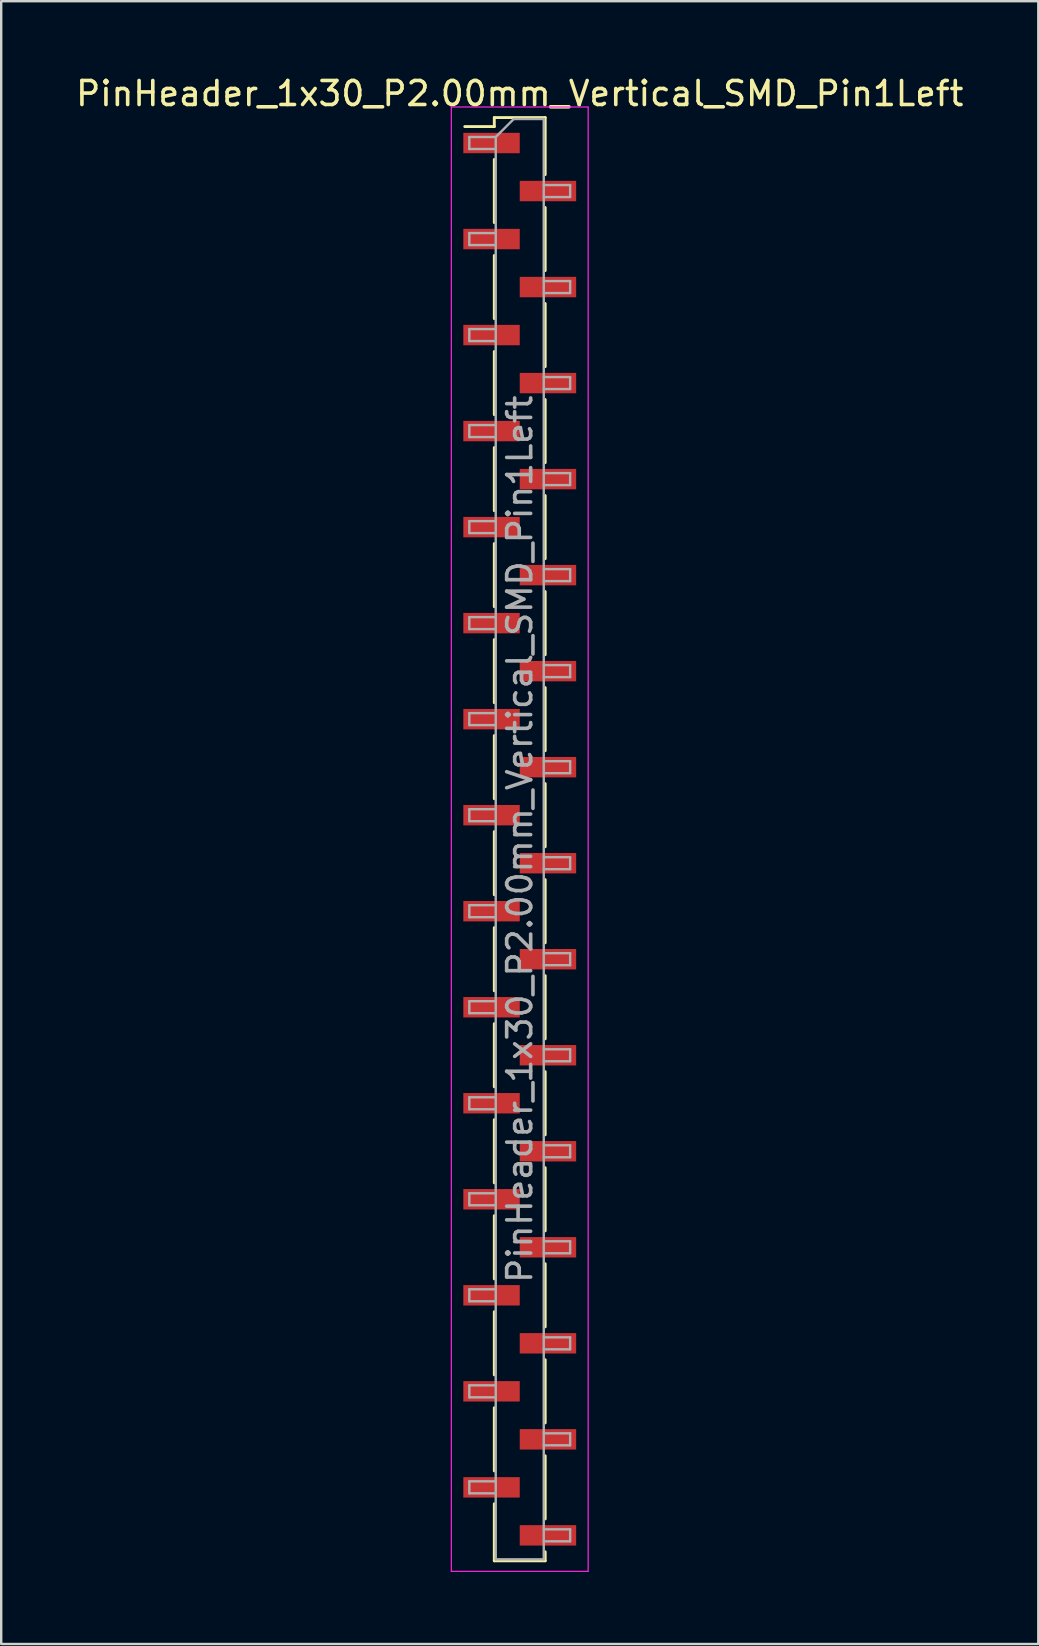
<source format=kicad_pcb>
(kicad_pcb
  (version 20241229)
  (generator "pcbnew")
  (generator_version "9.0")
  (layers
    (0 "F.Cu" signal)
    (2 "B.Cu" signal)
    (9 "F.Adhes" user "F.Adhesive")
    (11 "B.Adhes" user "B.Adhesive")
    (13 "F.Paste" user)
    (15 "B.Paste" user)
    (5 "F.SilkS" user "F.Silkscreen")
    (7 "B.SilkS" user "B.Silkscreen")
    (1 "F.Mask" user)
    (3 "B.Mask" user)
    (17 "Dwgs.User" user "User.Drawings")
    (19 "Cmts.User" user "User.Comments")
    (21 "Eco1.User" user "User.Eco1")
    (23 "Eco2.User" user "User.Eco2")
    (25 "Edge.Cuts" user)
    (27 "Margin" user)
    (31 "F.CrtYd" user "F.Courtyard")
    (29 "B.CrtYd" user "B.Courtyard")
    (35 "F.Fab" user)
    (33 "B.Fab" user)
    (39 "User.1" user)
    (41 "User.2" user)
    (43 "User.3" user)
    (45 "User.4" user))
  (footprint "PinHeader_1x30_P2.00mm_Vertical_SMD_Pin1Left"
    (layer "F.Cu")
    (at 18.601 31.908)
    (property "Reference" "PinHeader_1x30_P2.00mm_Vertical_SMD_Pin1Left" (at 0 -31.06 0) (layer "F.SilkS") (effects (font (size 1 1) (thickness 0.15))))
    (attr smd)
    (fp_line (start -1.06 -30.06) (end -1.06 -29.685) (stroke (width 0.12) (type solid)) (layer "F.SilkS"))
    (fp_line (start -1.06 -30.06) (end 1.06 -30.06) (stroke (width 0.12) (type solid)) (layer "F.SilkS"))
    (fp_line (start -1.06 -29.685) (end -2.29 -29.685) (stroke (width 0.12) (type solid)) (layer "F.SilkS"))
    (fp_line (start -1.06 -28.315) (end -1.06 -25.685) (stroke (width 0.12) (type solid)) (layer "F.SilkS"))
    (fp_line (start -1.06 -24.315) (end -1.06 -21.685) (stroke (width 0.12) (type solid)) (layer "F.SilkS"))
    (fp_line (start -1.06 -20.315) (end -1.06 -17.685) (stroke (width 0.12) (type solid)) (layer "F.SilkS"))
    (fp_line (start -1.06 -16.315) (end -1.06 -13.685) (stroke (width 0.12) (type solid)) (layer "F.SilkS"))
    (fp_line (start -1.06 -12.315) (end -1.06 -9.685) (stroke (width 0.12) (type solid)) (layer "F.SilkS"))
    (fp_line (start -1.06 -8.315) (end -1.06 -5.685) (stroke (width 0.12) (type solid)) (layer "F.SilkS"))
    (fp_line (start -1.06 -4.315) (end -1.06 -1.685) (stroke (width 0.12) (type solid)) (layer "F.SilkS"))
    (fp_line (start -1.06 -0.315) (end -1.06 2.315) (stroke (width 0.12) (type solid)) (layer "F.SilkS"))
    (fp_line (start -1.06 3.685) (end -1.06 6.315) (stroke (width 0.12) (type solid)) (layer "F.SilkS"))
    (fp_line (start -1.06 7.685) (end -1.06 10.315) (stroke (width 0.12) (type solid)) (layer "F.SilkS"))
    (fp_line (start -1.06 11.685) (end -1.06 14.315) (stroke (width 0.12) (type solid)) (layer "F.SilkS"))
    (fp_line (start -1.06 15.685) (end -1.06 18.315) (stroke (width 0.12) (type solid)) (layer "F.SilkS"))
    (fp_line (start -1.06 19.685) (end -1.06 22.315) (stroke (width 0.12) (type solid)) (layer "F.SilkS"))
    (fp_line (start -1.06 23.685) (end -1.06 26.315) (stroke (width 0.12) (type solid)) (layer "F.SilkS"))
    (fp_line (start -1.06 27.685) (end -1.06 30.06) (stroke (width 0.12) (type solid)) (layer "F.SilkS"))
    (fp_line (start -1.06 30.06) (end 1.06 30.06) (stroke (width 0.12) (type solid)) (layer "F.SilkS"))
    (fp_line (start 1.06 -30.06) (end 1.06 -27.685) (stroke (width 0.12) (type solid)) (layer "F.SilkS"))
    (fp_line (start 1.06 -26.315) (end 1.06 -23.685) (stroke (width 0.12) (type solid)) (layer "F.SilkS"))
    (fp_line (start 1.06 -22.315) (end 1.06 -19.685) (stroke (width 0.12) (type solid)) (layer "F.SilkS"))
    (fp_line (start 1.06 -18.315) (end 1.06 -15.685) (stroke (width 0.12) (type solid)) (layer "F.SilkS"))
    (fp_line (start 1.06 -14.315) (end 1.06 -11.685) (stroke (width 0.12) (type solid)) (layer "F.SilkS"))
    (fp_line (start 1.06 -10.315) (end 1.06 -7.685) (stroke (width 0.12) (type solid)) (layer "F.SilkS"))
    (fp_line (start 1.06 -6.315) (end 1.06 -3.685) (stroke (width 0.12) (type solid)) (layer "F.SilkS"))
    (fp_line (start 1.06 -2.315) (end 1.06 0.315) (stroke (width 0.12) (type solid)) (layer "F.SilkS"))
    (fp_line (start 1.06 1.685) (end 1.06 4.315) (stroke (width 0.12) (type solid)) (layer "F.SilkS"))
    (fp_line (start 1.06 5.685) (end 1.06 8.315) (stroke (width 0.12) (type solid)) (layer "F.SilkS"))
    (fp_line (start 1.06 9.685) (end 1.06 12.315) (stroke (width 0.12) (type solid)) (layer "F.SilkS"))
    (fp_line (start 1.06 13.685) (end 1.06 16.315) (stroke (width 0.12) (type solid)) (layer "F.SilkS"))
    (fp_line (start 1.06 17.685) (end 1.06 20.315) (stroke (width 0.12) (type solid)) (layer "F.SilkS"))
    (fp_line (start 1.06 21.685) (end 1.06 24.315) (stroke (width 0.12) (type solid)) (layer "F.SilkS"))
    (fp_line (start 1.06 25.685) (end 1.06 28.315) (stroke (width 0.12) (type solid)) (layer "F.SilkS"))
    (fp_line (start 1.06 29.685) (end 1.06 30.06) (stroke (width 0.12) (type solid)) (layer "F.SilkS"))
    (fp_line (start -2.85 -30.5) (end -2.85 30.5) (stroke (width 0.05) (type solid)) (layer "F.CrtYd"))
    (fp_line (start -2.85 30.5) (end 2.85 30.5) (stroke (width 0.05) (type solid)) (layer "F.CrtYd"))
    (fp_line (start 2.85 -30.5) (end -2.85 -30.5) (stroke (width 0.05) (type solid)) (layer "F.CrtYd"))
    (fp_line (start 2.85 30.5) (end 2.85 -30.5) (stroke (width 0.05) (type solid)) (layer "F.CrtYd"))
    (fp_line (start -2.1 -29.25) (end -2.1 -28.75) (stroke (width 0.1) (type solid)) (layer "F.Fab"))
    (fp_line (start -2.1 -28.75) (end -1 -28.75) (stroke (width 0.1) (type solid)) (layer "F.Fab"))
    (fp_line (start -2.1 -25.25) (end -2.1 -24.75) (stroke (width 0.1) (type solid)) (layer "F.Fab"))
    (fp_line (start -2.1 -24.75) (end -1 -24.75) (stroke (width 0.1) (type solid)) (layer "F.Fab"))
    (fp_line (start -2.1 -21.25) (end -2.1 -20.75) (stroke (width 0.1) (type solid)) (layer "F.Fab"))
    (fp_line (start -2.1 -20.75) (end -1 -20.75) (stroke (width 0.1) (type solid)) (layer "F.Fab"))
    (fp_line (start -2.1 -17.25) (end -2.1 -16.75) (stroke (width 0.1) (type solid)) (layer "F.Fab"))
    (fp_line (start -2.1 -16.75) (end -1 -16.75) (stroke (width 0.1) (type solid)) (layer "F.Fab"))
    (fp_line (start -2.1 -13.25) (end -2.1 -12.75) (stroke (width 0.1) (type solid)) (layer "F.Fab"))
    (fp_line (start -2.1 -12.75) (end -1 -12.75) (stroke (width 0.1) (type solid)) (layer "F.Fab"))
    (fp_line (start -2.1 -9.25) (end -2.1 -8.75) (stroke (width 0.1) (type solid)) (layer "F.Fab"))
    (fp_line (start -2.1 -8.75) (end -1 -8.75) (stroke (width 0.1) (type solid)) (layer "F.Fab"))
    (fp_line (start -2.1 -5.25) (end -2.1 -4.75) (stroke (width 0.1) (type solid)) (layer "F.Fab"))
    (fp_line (start -2.1 -4.75) (end -1 -4.75) (stroke (width 0.1) (type solid)) (layer "F.Fab"))
    (fp_line (start -2.1 -1.25) (end -2.1 -0.75) (stroke (width 0.1) (type solid)) (layer "F.Fab"))
    (fp_line (start -2.1 -0.75) (end -1 -0.75) (stroke (width 0.1) (type solid)) (layer "F.Fab"))
    (fp_line (start -2.1 2.75) (end -2.1 3.25) (stroke (width 0.1) (type solid)) (layer "F.Fab"))
    (fp_line (start -2.1 3.25) (end -1 3.25) (stroke (width 0.1) (type solid)) (layer "F.Fab"))
    (fp_line (start -2.1 6.75) (end -2.1 7.25) (stroke (width 0.1) (type solid)) (layer "F.Fab"))
    (fp_line (start -2.1 7.25) (end -1 7.25) (stroke (width 0.1) (type solid)) (layer "F.Fab"))
    (fp_line (start -2.1 10.75) (end -2.1 11.25) (stroke (width 0.1) (type solid)) (layer "F.Fab"))
    (fp_line (start -2.1 11.25) (end -1 11.25) (stroke (width 0.1) (type solid)) (layer "F.Fab"))
    (fp_line (start -2.1 14.75) (end -2.1 15.25) (stroke (width 0.1) (type solid)) (layer "F.Fab"))
    (fp_line (start -2.1 15.25) (end -1 15.25) (stroke (width 0.1) (type solid)) (layer "F.Fab"))
    (fp_line (start -2.1 18.75) (end -2.1 19.25) (stroke (width 0.1) (type solid)) (layer "F.Fab"))
    (fp_line (start -2.1 19.25) (end -1 19.25) (stroke (width 0.1) (type solid)) (layer "F.Fab"))
    (fp_line (start -2.1 22.75) (end -2.1 23.25) (stroke (width 0.1) (type solid)) (layer "F.Fab"))
    (fp_line (start -2.1 23.25) (end -1 23.25) (stroke (width 0.1) (type solid)) (layer "F.Fab"))
    (fp_line (start -2.1 26.75) (end -2.1 27.25) (stroke (width 0.1) (type solid)) (layer "F.Fab"))
    (fp_line (start -2.1 27.25) (end -1 27.25) (stroke (width 0.1) (type solid)) (layer "F.Fab"))
    (fp_line (start -1 -29.25) (end -2.1 -29.25) (stroke (width 0.1) (type solid)) (layer "F.Fab"))
    (fp_line (start -1 -29.25) (end -0.25 -30) (stroke (width 0.1) (type solid)) (layer "F.Fab"))
    (fp_line (start -1 -25.25) (end -2.1 -25.25) (stroke (width 0.1) (type solid)) (layer "F.Fab"))
    (fp_line (start -1 -21.25) (end -2.1 -21.25) (stroke (width 0.1) (type solid)) (layer "F.Fab"))
    (fp_line (start -1 -17.25) (end -2.1 -17.25) (stroke (width 0.1) (type solid)) (layer "F.Fab"))
    (fp_line (start -1 -13.25) (end -2.1 -13.25) (stroke (width 0.1) (type solid)) (layer "F.Fab"))
    (fp_line (start -1 -9.25) (end -2.1 -9.25) (stroke (width 0.1) (type solid)) (layer "F.Fab"))
    (fp_line (start -1 -5.25) (end -2.1 -5.25) (stroke (width 0.1) (type solid)) (layer "F.Fab"))
    (fp_line (start -1 -1.25) (end -2.1 -1.25) (stroke (width 0.1) (type solid)) (layer "F.Fab"))
    (fp_line (start -1 2.75) (end -2.1 2.75) (stroke (width 0.1) (type solid)) (layer "F.Fab"))
    (fp_line (start -1 6.75) (end -2.1 6.75) (stroke (width 0.1) (type solid)) (layer "F.Fab"))
    (fp_line (start -1 10.75) (end -2.1 10.75) (stroke (width 0.1) (type solid)) (layer "F.Fab"))
    (fp_line (start -1 14.75) (end -2.1 14.75) (stroke (width 0.1) (type solid)) (layer "F.Fab"))
    (fp_line (start -1 18.75) (end -2.1 18.75) (stroke (width 0.1) (type solid)) (layer "F.Fab"))
    (fp_line (start -1 22.75) (end -2.1 22.75) (stroke (width 0.1) (type solid)) (layer "F.Fab"))
    (fp_line (start -1 26.75) (end -2.1 26.75) (stroke (width 0.1) (type solid)) (layer "F.Fab"))
    (fp_line (start -1 30) (end -1 -29.25) (stroke (width 0.1) (type solid)) (layer "F.Fab"))
    (fp_line (start -0.25 -30) (end 1 -30) (stroke (width 0.1) (type solid)) (layer "F.Fab"))
    (fp_line (start 1 -30) (end 1 30) (stroke (width 0.1) (type solid)) (layer "F.Fab"))
    (fp_line (start 1 -27.25) (end 2.1 -27.25) (stroke (width 0.1) (type solid)) (layer "F.Fab"))
    (fp_line (start 1 -23.25) (end 2.1 -23.25) (stroke (width 0.1) (type solid)) (layer "F.Fab"))
    (fp_line (start 1 -19.25) (end 2.1 -19.25) (stroke (width 0.1) (type solid)) (layer "F.Fab"))
    (fp_line (start 1 -15.25) (end 2.1 -15.25) (stroke (width 0.1) (type solid)) (layer "F.Fab"))
    (fp_line (start 1 -11.25) (end 2.1 -11.25) (stroke (width 0.1) (type solid)) (layer "F.Fab"))
    (fp_line (start 1 -7.25) (end 2.1 -7.25) (stroke (width 0.1) (type solid)) (layer "F.Fab"))
    (fp_line (start 1 -3.25) (end 2.1 -3.25) (stroke (width 0.1) (type solid)) (layer "F.Fab"))
    (fp_line (start 1 0.75) (end 2.1 0.75) (stroke (width 0.1) (type solid)) (layer "F.Fab"))
    (fp_line (start 1 4.75) (end 2.1 4.75) (stroke (width 0.1) (type solid)) (layer "F.Fab"))
    (fp_line (start 1 8.75) (end 2.1 8.75) (stroke (width 0.1) (type solid)) (layer "F.Fab"))
    (fp_line (start 1 12.75) (end 2.1 12.75) (stroke (width 0.1) (type solid)) (layer "F.Fab"))
    (fp_line (start 1 16.75) (end 2.1 16.75) (stroke (width 0.1) (type solid)) (layer "F.Fab"))
    (fp_line (start 1 20.75) (end 2.1 20.75) (stroke (width 0.1) (type solid)) (layer "F.Fab"))
    (fp_line (start 1 24.75) (end 2.1 24.75) (stroke (width 0.1) (type solid)) (layer "F.Fab"))
    (fp_line (start 1 28.75) (end 2.1 28.75) (stroke (width 0.1) (type solid)) (layer "F.Fab"))
    (fp_line (start 1 30) (end -1 30) (stroke (width 0.1) (type solid)) (layer "F.Fab"))
    (fp_line (start 2.1 -27.25) (end 2.1 -26.75) (stroke (width 0.1) (type solid)) (layer "F.Fab"))
    (fp_line (start 2.1 -26.75) (end 1 -26.75) (stroke (width 0.1) (type solid)) (layer "F.Fab"))
    (fp_line (start 2.1 -23.25) (end 2.1 -22.75) (stroke (width 0.1) (type solid)) (layer "F.Fab"))
    (fp_line (start 2.1 -22.75) (end 1 -22.75) (stroke (width 0.1) (type solid)) (layer "F.Fab"))
    (fp_line (start 2.1 -19.25) (end 2.1 -18.75) (stroke (width 0.1) (type solid)) (layer "F.Fab"))
    (fp_line (start 2.1 -18.75) (end 1 -18.75) (stroke (width 0.1) (type solid)) (layer "F.Fab"))
    (fp_line (start 2.1 -15.25) (end 2.1 -14.75) (stroke (width 0.1) (type solid)) (layer "F.Fab"))
    (fp_line (start 2.1 -14.75) (end 1 -14.75) (stroke (width 0.1) (type solid)) (layer "F.Fab"))
    (fp_line (start 2.1 -11.25) (end 2.1 -10.75) (stroke (width 0.1) (type solid)) (layer "F.Fab"))
    (fp_line (start 2.1 -10.75) (end 1 -10.75) (stroke (width 0.1) (type solid)) (layer "F.Fab"))
    (fp_line (start 2.1 -7.25) (end 2.1 -6.75) (stroke (width 0.1) (type solid)) (layer "F.Fab"))
    (fp_line (start 2.1 -6.75) (end 1 -6.75) (stroke (width 0.1) (type solid)) (layer "F.Fab"))
    (fp_line (start 2.1 -3.25) (end 2.1 -2.75) (stroke (width 0.1) (type solid)) (layer "F.Fab"))
    (fp_line (start 2.1 -2.75) (end 1 -2.75) (stroke (width 0.1) (type solid)) (layer "F.Fab"))
    (fp_line (start 2.1 0.75) (end 2.1 1.25) (stroke (width 0.1) (type solid)) (layer "F.Fab"))
    (fp_line (start 2.1 1.25) (end 1 1.25) (stroke (width 0.1) (type solid)) (layer "F.Fab"))
    (fp_line (start 2.1 4.75) (end 2.1 5.25) (stroke (width 0.1) (type solid)) (layer "F.Fab"))
    (fp_line (start 2.1 5.25) (end 1 5.25) (stroke (width 0.1) (type solid)) (layer "F.Fab"))
    (fp_line (start 2.1 8.75) (end 2.1 9.25) (stroke (width 0.1) (type solid)) (layer "F.Fab"))
    (fp_line (start 2.1 9.25) (end 1 9.25) (stroke (width 0.1) (type solid)) (layer "F.Fab"))
    (fp_line (start 2.1 12.75) (end 2.1 13.25) (stroke (width 0.1) (type solid)) (layer "F.Fab"))
    (fp_line (start 2.1 13.25) (end 1 13.25) (stroke (width 0.1) (type solid)) (layer "F.Fab"))
    (fp_line (start 2.1 16.75) (end 2.1 17.25) (stroke (width 0.1) (type solid)) (layer "F.Fab"))
    (fp_line (start 2.1 17.25) (end 1 17.25) (stroke (width 0.1) (type solid)) (layer "F.Fab"))
    (fp_line (start 2.1 20.75) (end 2.1 21.25) (stroke (width 0.1) (type solid)) (layer "F.Fab"))
    (fp_line (start 2.1 21.25) (end 1 21.25) (stroke (width 0.1) (type solid)) (layer "F.Fab"))
    (fp_line (start 2.1 24.75) (end 2.1 25.25) (stroke (width 0.1) (type solid)) (layer "F.Fab"))
    (fp_line (start 2.1 25.25) (end 1 25.25) (stroke (width 0.1) (type solid)) (layer "F.Fab"))
    (fp_line (start 2.1 28.75) (end 2.1 29.25) (stroke (width 0.1) (type solid)) (layer "F.Fab"))
    (fp_line (start 2.1 29.25) (end 1 29.25) (stroke (width 0.1) (type solid)) (layer "F.Fab"))
    (fp_text user "${REFERENCE}" (at 0 0 90) (layer "F.Fab") (effects (font (size 1 1) (thickness 0.15))))
    (pad "1" smd rect (at -1.175 -29) (size 2.35 0.85) (layers "F.Cu" "F.Mask" "F.Paste"))
    (pad "2" smd rect (at 1.175 -27) (size 2.35 0.85) (layers "F.Cu" "F.Mask" "F.Paste"))
    (pad "3" smd rect (at -1.175 -25) (size 2.35 0.85) (layers "F.Cu" "F.Mask" "F.Paste"))
    (pad "4" smd rect (at 1.175 -23) (size 2.35 0.85) (layers "F.Cu" "F.Mask" "F.Paste"))
    (pad "5" smd rect (at -1.175 -21) (size 2.35 0.85) (layers "F.Cu" "F.Mask" "F.Paste"))
    (pad "6" smd rect (at 1.175 -19) (size 2.35 0.85) (layers "F.Cu" "F.Mask" "F.Paste"))
    (pad "7" smd rect (at -1.175 -17) (size 2.35 0.85) (layers "F.Cu" "F.Mask" "F.Paste"))
    (pad "8" smd rect (at 1.175 -15) (size 2.35 0.85) (layers "F.Cu" "F.Mask" "F.Paste"))
    (pad "9" smd rect (at -1.175 -13) (size 2.35 0.85) (layers "F.Cu" "F.Mask" "F.Paste"))
    (pad "10" smd rect (at 1.175 -11) (size 2.35 0.85) (layers "F.Cu" "F.Mask" "F.Paste"))
    (pad "11" smd rect (at -1.175 -9) (size 2.35 0.85) (layers "F.Cu" "F.Mask" "F.Paste"))
    (pad "12" smd rect (at 1.175 -7) (size 2.35 0.85) (layers "F.Cu" "F.Mask" "F.Paste"))
    (pad "13" smd rect (at -1.175 -5) (size 2.35 0.85) (layers "F.Cu" "F.Mask" "F.Paste"))
    (pad "14" smd rect (at 1.175 -3) (size 2.35 0.85) (layers "F.Cu" "F.Mask" "F.Paste"))
    (pad "15" smd rect (at -1.175 -1) (size 2.35 0.85) (layers "F.Cu" "F.Mask" "F.Paste"))
    (pad "16" smd rect (at 1.175 1) (size 2.35 0.85) (layers "F.Cu" "F.Mask" "F.Paste"))
    (pad "17" smd rect (at -1.175 3) (size 2.35 0.85) (layers "F.Cu" "F.Mask" "F.Paste"))
    (pad "18" smd rect (at 1.175 5) (size 2.35 0.85) (layers "F.Cu" "F.Mask" "F.Paste"))
    (pad "19" smd rect (at -1.175 7) (size 2.35 0.85) (layers "F.Cu" "F.Mask" "F.Paste"))
    (pad "20" smd rect (at 1.175 9) (size 2.35 0.85) (layers "F.Cu" "F.Mask" "F.Paste"))
    (pad "21" smd rect (at -1.175 11) (size 2.35 0.85) (layers "F.Cu" "F.Mask" "F.Paste"))
    (pad "22" smd rect (at 1.175 13) (size 2.35 0.85) (layers "F.Cu" "F.Mask" "F.Paste"))
    (pad "23" smd rect (at -1.175 15) (size 2.35 0.85) (layers "F.Cu" "F.Mask" "F.Paste"))
    (pad "24" smd rect (at 1.175 17) (size 2.35 0.85) (layers "F.Cu" "F.Mask" "F.Paste"))
    (pad "25" smd rect (at -1.175 19) (size 2.35 0.85) (layers "F.Cu" "F.Mask" "F.Paste"))
    (pad "26" smd rect (at 1.175 21) (size 2.35 0.85) (layers "F.Cu" "F.Mask" "F.Paste"))
    (pad "27" smd rect (at -1.175 23) (size 2.35 0.85) (layers "F.Cu" "F.Mask" "F.Paste"))
    (pad "28" smd rect (at 1.175 25) (size 2.35 0.85) (layers "F.Cu" "F.Mask" "F.Paste"))
    (pad "29" smd rect (at -1.175 27) (size 2.35 0.85) (layers "F.Cu" "F.Mask" "F.Paste"))
    (pad "30" smd rect (at 1.175 29) (size 2.35 0.85) (layers "F.Cu" "F.Mask" "F.Paste")))
  (gr_rect
    (start -3 -3)
    (end 40.202 65.433)
    (stroke (width 0.1) (type default))
    (fill no)
    (layer "Edge.Cuts")))
</source>
